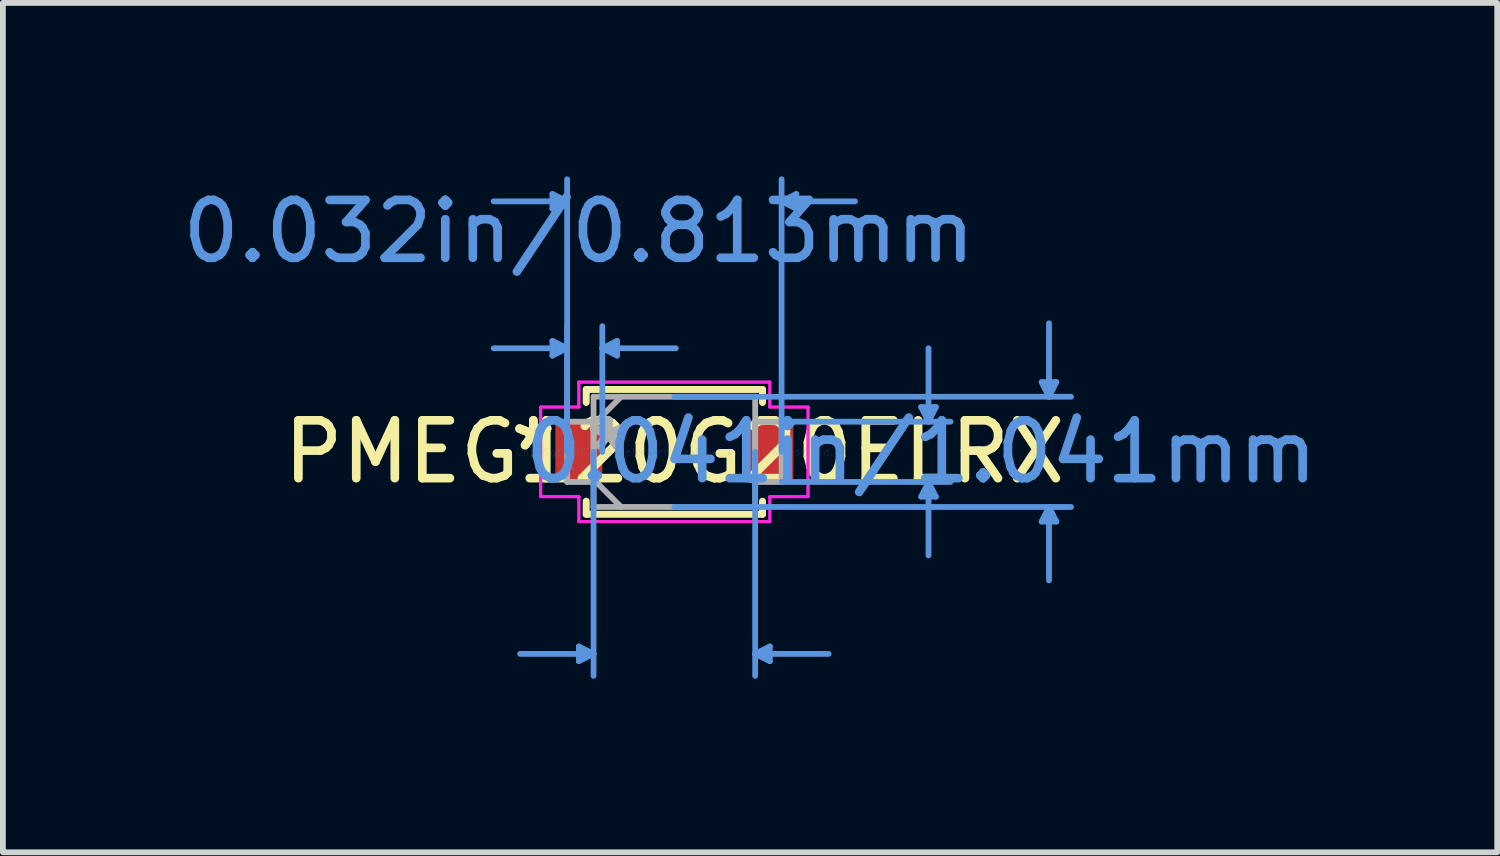
<source format=kicad_pcb>
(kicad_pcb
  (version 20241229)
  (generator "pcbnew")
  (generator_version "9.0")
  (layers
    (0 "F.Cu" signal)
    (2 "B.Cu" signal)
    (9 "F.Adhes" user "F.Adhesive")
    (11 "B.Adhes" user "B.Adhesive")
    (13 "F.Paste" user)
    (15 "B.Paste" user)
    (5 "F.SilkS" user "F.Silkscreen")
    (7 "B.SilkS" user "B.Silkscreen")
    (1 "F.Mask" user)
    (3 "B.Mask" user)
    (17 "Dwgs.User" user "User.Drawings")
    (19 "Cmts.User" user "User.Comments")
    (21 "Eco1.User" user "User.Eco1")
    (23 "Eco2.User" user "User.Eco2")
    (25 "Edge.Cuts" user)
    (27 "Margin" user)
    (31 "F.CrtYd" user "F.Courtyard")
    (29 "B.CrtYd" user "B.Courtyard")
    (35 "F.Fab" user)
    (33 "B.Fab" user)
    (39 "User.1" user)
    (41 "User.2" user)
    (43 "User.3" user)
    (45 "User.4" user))
  (footprint "PMEG120G20ELRX"
    (layer "F.Cu")
    (at 8.609 4.762)
    (property "Reference" "PMEG120G20ELRX" (at 0 0 0) (layer "F.SilkS") (effects (font (size 1 1) (thickness 0.15))))
    (attr through_hole)
    (fp_line (start -1.524 -1.079) (end -1.524 -0.853) (stroke (width 0.12) (type solid)) (layer "F.SilkS"))
    (fp_line (start -1.524 0.853) (end -1.524 1.079) (stroke (width 0.12) (type solid)) (layer "F.SilkS"))
    (fp_line (start -1.524 1.079) (end 1.524 1.079) (stroke (width 0.12) (type solid)) (layer "F.SilkS"))
    (fp_line (start 1.524 -1.079) (end -1.524 -1.079) (stroke (width 0.12) (type solid)) (layer "F.SilkS"))
    (fp_line (start 1.524 -0.853) (end 1.524 -1.079) (stroke (width 0.12) (type solid)) (layer "F.SilkS"))
    (fp_line (start 1.524 1.079) (end 1.524 0.853) (stroke (width 0.12) (type solid)) (layer "F.SilkS"))
    (fp_line (start -2.108 -4.458) (end -2.108 -4.204) (stroke (width 0.1) (type solid)) (layer "Cmts.User"))
    (fp_line (start -2.108 -1.918) (end -2.108 -1.664) (stroke (width 0.1) (type solid)) (layer "Cmts.User"))
    (fp_line (start -1.854 -4.331) (end -3.124 -4.331) (stroke (width 0.1) (type solid)) (layer "Cmts.User"))
    (fp_line (start -1.854 -4.331) (end -2.108 -4.458) (stroke (width 0.1) (type solid)) (layer "Cmts.User"))
    (fp_line (start -1.854 -4.331) (end -2.108 -4.204) (stroke (width 0.1) (type solid)) (layer "Cmts.User"))
    (fp_line (start -1.854 -1.791) (end -3.124 -1.791) (stroke (width 0.1) (type solid)) (layer "Cmts.User"))
    (fp_line (start -1.854 -1.791) (end -2.108 -1.918) (stroke (width 0.1) (type solid)) (layer "Cmts.User"))
    (fp_line (start -1.854 -1.791) (end -2.108 -1.664) (stroke (width 0.1) (type solid)) (layer "Cmts.User"))
    (fp_line (start -1.854 0) (end -1.854 -4.712) (stroke (width 0.1) (type solid)) (layer "Cmts.User"))
    (fp_line (start -1.854 0) (end -1.854 -2.172) (stroke (width 0.1) (type solid)) (layer "Cmts.User"))
    (fp_line (start -1.651 3.365) (end -1.651 3.619) (stroke (width 0.1) (type solid)) (layer "Cmts.User"))
    (fp_line (start -1.397 0) (end -1.397 3.873) (stroke (width 0.1) (type solid)) (layer "Cmts.User"))
    (fp_line (start -1.397 3.493) (end -2.667 3.493) (stroke (width 0.1) (type solid)) (layer "Cmts.User"))
    (fp_line (start -1.397 3.493) (end -1.651 3.365) (stroke (width 0.1) (type solid)) (layer "Cmts.User"))
    (fp_line (start -1.397 3.493) (end -1.651 3.619) (stroke (width 0.1) (type solid)) (layer "Cmts.User"))
    (fp_line (start -1.245 -1.791) (end -0.991 -1.918) (stroke (width 0.1) (type solid)) (layer "Cmts.User"))
    (fp_line (start -1.245 -1.791) (end -0.991 -1.664) (stroke (width 0.1) (type solid)) (layer "Cmts.User"))
    (fp_line (start -1.245 -1.791) (end 0.025 -1.791) (stroke (width 0.1) (type solid)) (layer "Cmts.User"))
    (fp_line (start -1.245 0) (end -1.245 -2.172) (stroke (width 0.1) (type solid)) (layer "Cmts.User"))
    (fp_line (start -0.991 -1.918) (end -0.991 -1.664) (stroke (width 0.1) (type solid)) (layer "Cmts.User"))
    (fp_line (start 0 -0.953) (end 6.858 -0.953) (stroke (width 0.1) (type solid)) (layer "Cmts.User"))
    (fp_line (start 0 0.953) (end 6.858 0.953) (stroke (width 0.1) (type solid)) (layer "Cmts.User"))
    (fp_line (start 1.397 0) (end 1.397 3.873) (stroke (width 0.1) (type solid)) (layer "Cmts.User"))
    (fp_line (start 1.397 3.493) (end 1.651 3.365) (stroke (width 0.1) (type solid)) (layer "Cmts.User"))
    (fp_line (start 1.397 3.493) (end 1.651 3.619) (stroke (width 0.1) (type solid)) (layer "Cmts.User"))
    (fp_line (start 1.397 3.493) (end 2.667 3.493) (stroke (width 0.1) (type solid)) (layer "Cmts.User"))
    (fp_line (start 1.651 3.365) (end 1.651 3.619) (stroke (width 0.1) (type solid)) (layer "Cmts.User"))
    (fp_line (start 1.854 -4.331) (end 2.108 -4.458) (stroke (width 0.1) (type solid)) (layer "Cmts.User"))
    (fp_line (start 1.854 -4.331) (end 2.108 -4.204) (stroke (width 0.1) (type solid)) (layer "Cmts.User"))
    (fp_line (start 1.854 -4.331) (end 3.124 -4.331) (stroke (width 0.1) (type solid)) (layer "Cmts.User"))
    (fp_line (start 1.854 -0.521) (end 4.775 -0.521) (stroke (width 0.1) (type solid)) (layer "Cmts.User"))
    (fp_line (start 1.854 0) (end 1.854 -4.712) (stroke (width 0.1) (type solid)) (layer "Cmts.User"))
    (fp_line (start 1.854 0.521) (end 4.775 0.521) (stroke (width 0.1) (type solid)) (layer "Cmts.User"))
    (fp_line (start 2.108 -4.458) (end 2.108 -4.204) (stroke (width 0.1) (type solid)) (layer "Cmts.User"))
    (fp_line (start 4.267 -0.775) (end 4.521 -0.775) (stroke (width 0.1) (type solid)) (layer "Cmts.User"))
    (fp_line (start 4.267 0.775) (end 4.521 0.775) (stroke (width 0.1) (type solid)) (layer "Cmts.User"))
    (fp_line (start 4.394 -0.521) (end 4.267 -0.775) (stroke (width 0.1) (type solid)) (layer "Cmts.User"))
    (fp_line (start 4.394 -0.521) (end 4.394 -1.791) (stroke (width 0.1) (type solid)) (layer "Cmts.User"))
    (fp_line (start 4.394 -0.521) (end 4.521 -0.775) (stroke (width 0.1) (type solid)) (layer "Cmts.User"))
    (fp_line (start 4.394 0.521) (end 4.267 0.775) (stroke (width 0.1) (type solid)) (layer "Cmts.User"))
    (fp_line (start 4.394 0.521) (end 4.394 1.791) (stroke (width 0.1) (type solid)) (layer "Cmts.User"))
    (fp_line (start 4.394 0.521) (end 4.521 0.775) (stroke (width 0.1) (type solid)) (layer "Cmts.User"))
    (fp_line (start 6.35 -1.206) (end 6.604 -1.206) (stroke (width 0.1) (type solid)) (layer "Cmts.User"))
    (fp_line (start 6.35 1.206) (end 6.604 1.206) (stroke (width 0.1) (type solid)) (layer "Cmts.User"))
    (fp_line (start 6.477 -0.953) (end 6.35 -1.206) (stroke (width 0.1) (type solid)) (layer "Cmts.User"))
    (fp_line (start 6.477 -0.953) (end 6.477 -2.223) (stroke (width 0.1) (type solid)) (layer "Cmts.User"))
    (fp_line (start 6.477 -0.953) (end 6.604 -1.206) (stroke (width 0.1) (type solid)) (layer "Cmts.User"))
    (fp_line (start 6.477 0.953) (end 6.35 1.206) (stroke (width 0.1) (type solid)) (layer "Cmts.User"))
    (fp_line (start 6.477 0.953) (end 6.477 2.223) (stroke (width 0.1) (type solid)) (layer "Cmts.User"))
    (fp_line (start 6.477 0.953) (end 6.604 1.206) (stroke (width 0.1) (type solid)) (layer "Cmts.User"))
    (fp_line (start -2.311 -0.775) (end -1.651 -0.775) (stroke (width 0.05) (type solid)) (layer "F.CrtYd"))
    (fp_line (start -2.311 -0.775) (end -1.651 -0.775) (stroke (width 0.05) (type solid)) (layer "F.CrtYd"))
    (fp_line (start -2.311 0.775) (end -2.311 -0.775) (stroke (width 0.05) (type solid)) (layer "F.CrtYd"))
    (fp_line (start -2.311 0.775) (end -2.311 -0.775) (stroke (width 0.05) (type solid)) (layer "F.CrtYd"))
    (fp_line (start -1.651 -1.206) (end 1.651 -1.206) (stroke (width 0.05) (type solid)) (layer "F.CrtYd"))
    (fp_line (start -1.651 -1.206) (end 1.651 -1.206) (stroke (width 0.05) (type solid)) (layer "F.CrtYd"))
    (fp_line (start -1.651 -0.775) (end -1.651 -1.206) (stroke (width 0.05) (type solid)) (layer "F.CrtYd"))
    (fp_line (start -1.651 -0.775) (end -1.651 -1.206) (stroke (width 0.05) (type solid)) (layer "F.CrtYd"))
    (fp_line (start -1.651 0.775) (end -2.311 0.775) (stroke (width 0.05) (type solid)) (layer "F.CrtYd"))
    (fp_line (start -1.651 0.775) (end -2.311 0.775) (stroke (width 0.05) (type solid)) (layer "F.CrtYd"))
    (fp_line (start -1.651 1.206) (end -1.651 0.775) (stroke (width 0.05) (type solid)) (layer "F.CrtYd"))
    (fp_line (start -1.651 1.206) (end -1.651 0.775) (stroke (width 0.05) (type solid)) (layer "F.CrtYd"))
    (fp_line (start 1.651 -1.206) (end 1.651 -0.775) (stroke (width 0.05) (type solid)) (layer "F.CrtYd"))
    (fp_line (start 1.651 -1.206) (end 1.651 -0.775) (stroke (width 0.05) (type solid)) (layer "F.CrtYd"))
    (fp_line (start 1.651 -0.775) (end 2.311 -0.775) (stroke (width 0.05) (type solid)) (layer "F.CrtYd"))
    (fp_line (start 1.651 -0.775) (end 2.311 -0.775) (stroke (width 0.05) (type solid)) (layer "F.CrtYd"))
    (fp_line (start 1.651 0.775) (end 1.651 1.206) (stroke (width 0.05) (type solid)) (layer "F.CrtYd"))
    (fp_line (start 1.651 0.775) (end 1.651 1.206) (stroke (width 0.05) (type solid)) (layer "F.CrtYd"))
    (fp_line (start 1.651 1.206) (end -1.651 1.206) (stroke (width 0.05) (type solid)) (layer "F.CrtYd"))
    (fp_line (start 1.651 1.206) (end -1.651 1.206) (stroke (width 0.05) (type solid)) (layer "F.CrtYd"))
    (fp_line (start 2.311 -0.775) (end 2.311 0.775) (stroke (width 0.05) (type solid)) (layer "F.CrtYd"))
    (fp_line (start 2.311 -0.775) (end 2.311 0.775) (stroke (width 0.05) (type solid)) (layer "F.CrtYd"))
    (fp_line (start 2.311 0.775) (end 1.651 0.775) (stroke (width 0.05) (type solid)) (layer "F.CrtYd"))
    (fp_line (start 2.311 0.775) (end 1.651 0.775) (stroke (width 0.05) (type solid)) (layer "F.CrtYd"))
    (fp_line (start -1.854 -0.521) (end -1.854 0.521) (stroke (width 0.1) (type solid)) (layer "F.Fab"))
    (fp_line (start -1.854 0.521) (end -1.397 0.521) (stroke (width 0.1) (type solid)) (layer "F.Fab"))
    (fp_line (start -1.397 -0.953) (end -1.397 0.953) (stroke (width 0.1) (type solid)) (layer "F.Fab"))
    (fp_line (start -1.397 -0.521) (end -1.854 -0.521) (stroke (width 0.1) (type solid)) (layer "F.Fab"))
    (fp_line (start -1.397 -0.476) (end -0.921 -0.953) (stroke (width 0.1) (type solid)) (layer "F.Fab"))
    (fp_line (start -1.397 0.476) (end -0.921 0.953) (stroke (width 0.1) (type solid)) (layer "F.Fab"))
    (fp_line (start -1.397 0.521) (end -1.397 -0.521) (stroke (width 0.1) (type solid)) (layer "F.Fab"))
    (fp_line (start -1.397 0.953) (end 1.397 0.953) (stroke (width 0.1) (type solid)) (layer "F.Fab"))
    (fp_line (start 1.397 -0.953) (end -1.397 -0.953) (stroke (width 0.1) (type solid)) (layer "F.Fab"))
    (fp_line (start 1.397 -0.521) (end 1.397 0.521) (stroke (width 0.1) (type solid)) (layer "F.Fab"))
    (fp_line (start 1.397 0.521) (end 1.854 0.521) (stroke (width 0.1) (type solid)) (layer "F.Fab"))
    (fp_line (start 1.397 0.953) (end 1.397 -0.953) (stroke (width 0.1) (type solid)) (layer "F.Fab"))
    (fp_line (start 1.854 -0.521) (end 1.397 -0.521) (stroke (width 0.1) (type solid)) (layer "F.Fab"))
    (fp_line (start 1.854 0.521) (end 1.854 -0.521) (stroke (width 0.1) (type solid)) (layer "F.Fab"))
    (fp_text user "*" (at -2.438 0 0) (layer "F.SilkS") (effects (font (size 1 1) (thickness 0.15))))
    (fp_text user "*" (at -2.438 0 0) (layer "F.SilkS") (effects (font (size 1 1) (thickness 0.15))))
    (fp_text user "0.032in/0.813mm" (at -1.651 -3.81 0) (layer "Cmts.User") (effects (font (size 1 1) (thickness 0.15))))
    (fp_text user "Copyright 2021 Accelerated Designs. All rights reserved." (at 0 0 0) (layer "Cmts.User") (effects (font (size 0.127 0.127) (thickness 0.002))))
    (fp_text user "0.041in/1.041mm" (at 4.267 0 0) (layer "Cmts.User") (effects (font (size 1 1) (thickness 0.15))))
    (fp_text user "*" (at -1.143 0 0) (layer "F.Fab") (effects (font (size 1 1) (thickness 0.15))))
    (fp_text user "*" (at -1.143 0 0) (layer "F.Fab") (effects (font (size 1 1) (thickness 0.15))))
    (pad "1" smd rect (at -1.651 0) (size 0.813 1.041) (layers "F.Cu" "F.Mask" "F.Paste"))
    (pad "2" smd rect (at 1.651 0) (size 0.813 1.041) (layers "F.Cu" "F.Mask" "F.Paste")))
  (gr_rect
    (start -3 -3)
    (end 22.835 11.685)
    (stroke (width 0.1) (type default))
    (fill no)
    (layer "Edge.Cuts")))
</source>
